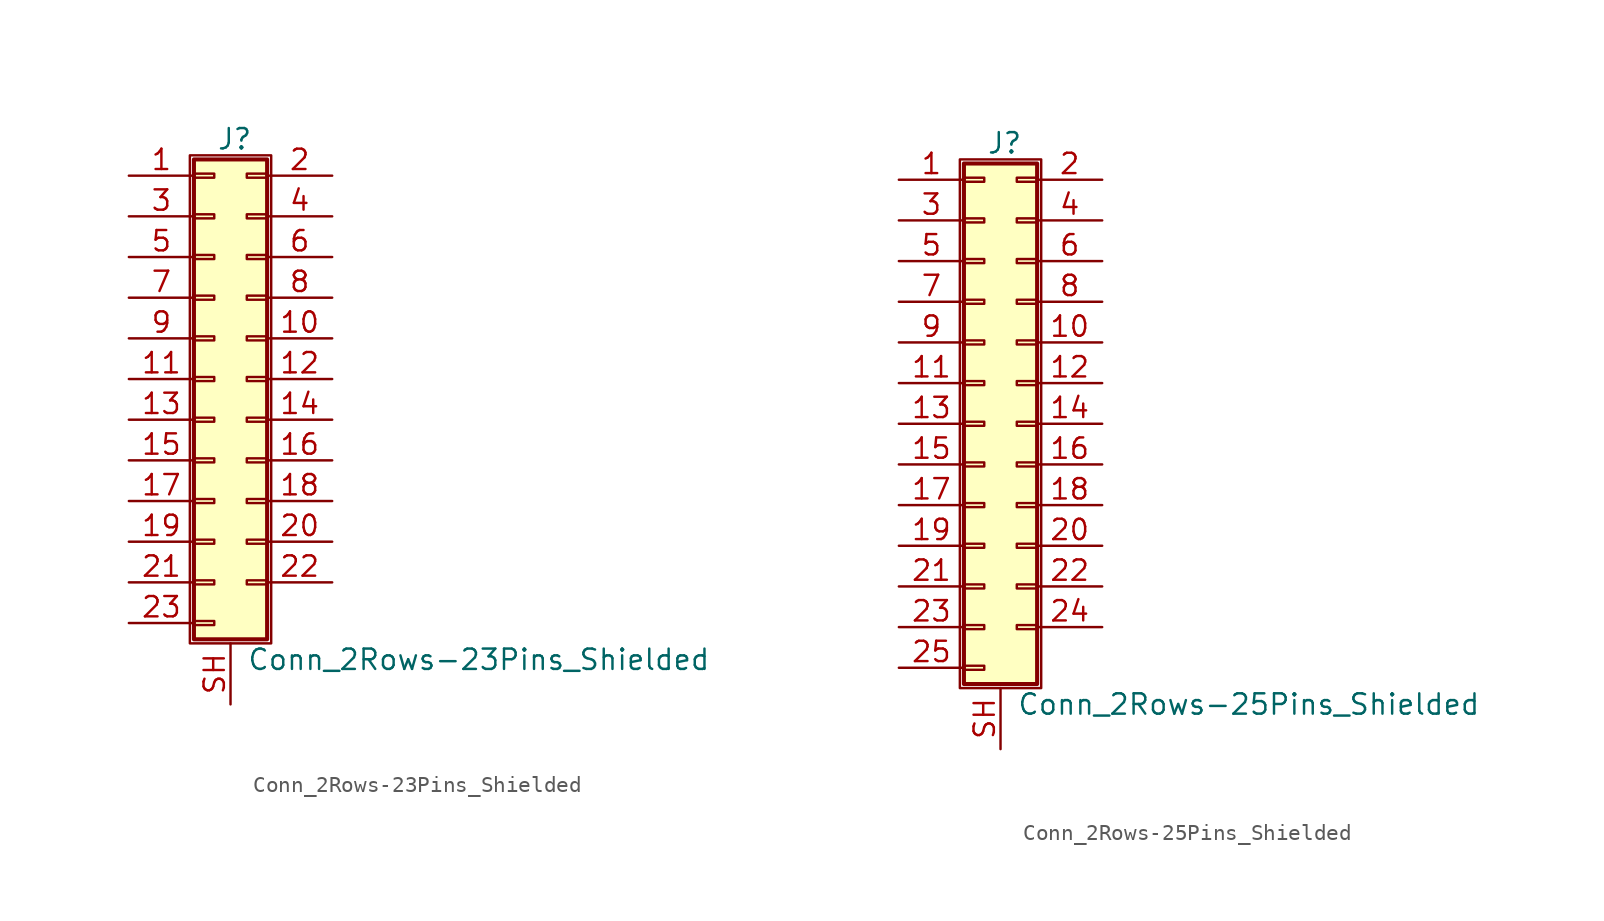
<source format=kicad_sym>
(kicad_symbol_lib
  (version 20201005)
  (generator kicad_symbol_editor)
  (symbol "Connector_Generic_Shielded:Conn_2Rows-23Pins_Shielded"
    (pin_names
      (offset 1.016) hide)
    (property "Reference" "J"
      (at 1.524 14.986 0)
      (effects (font (size 1.27 1.27))))
    (property "Value" "Conn_2Rows-23Pins_Shielded"
      (at 2.286 -17.526 0)
      (effects (font (size 1.27 1.27)) (justify left)))
    (symbol "Conn_2Rows-23Pins_Shielded_1_1"
      (rectangle (start -1.016 -4.953) (end 0.254 -5.207) (stroke (width 0.152)) (fill (type none)))
      (rectangle (start -1.016 -7.493) (end 0.254 -7.747) (stroke (width 0.152)) (fill (type none)))
      (rectangle (start -1.016 -10.033) (end 0.254 -10.287) (stroke (width 0.152)) (fill (type none)))
      (rectangle (start -1.016 -12.573) (end 0.254 -12.827) (stroke (width 0.152)) (fill (type none)))
      (rectangle (start -1.016 -15.113) (end 0.254 -15.367) (stroke (width 0.152)) (fill (type none)))
      (rectangle (start -1.016 -2.413) (end 0.254 -2.667) (stroke (width 0.152)) (fill (type none)))
      (rectangle (start -1.016 2.667) (end 0.254 2.413) (stroke (width 0.152)) (fill (type none)))
      (rectangle (start -1.016 5.207) (end 0.254 4.953) (stroke (width 0.152)) (fill (type none)))
      (rectangle (start -1.016 7.747) (end 0.254 7.493) (stroke (width 0.152)) (fill (type none)))
      (rectangle (start -1.016 10.287) (end 0.254 10.033) (stroke (width 0.152)) (fill (type none)))
      (rectangle (start -1.016 0.127) (end 0.254 -0.127) (stroke (width 0.152)) (fill (type none)))
      (rectangle (start -1.016 12.827) (end 0.254 12.573) (stroke (width 0.152)) (fill (type none)))
      (rectangle (start -1.016 13.716) (end 3.556 -16.256) (stroke (width 0.254)) (fill (type background)))
      (rectangle (start -1.27 13.97) (end 3.81 -16.51) (stroke (width 0.152)) (fill (type none)))
      (rectangle (start 3.556 -4.953) (end 2.286 -5.207) (stroke (width 0.152)) (fill (type none)))
      (rectangle (start 3.556 -7.493) (end 2.286 -7.747) (stroke (width 0.152)) (fill (type none)))
      (rectangle (start 3.556 -10.033) (end 2.286 -10.287) (stroke (width 0.152)) (fill (type none)))
      (rectangle (start 3.556 -12.573) (end 2.286 -12.827) (stroke (width 0.152)) (fill (type none)))
      (rectangle (start 3.556 -2.413) (end 2.286 -2.667) (stroke (width 0.152)) (fill (type none)))
      (rectangle (start 3.556 2.667) (end 2.286 2.413) (stroke (width 0.152)) (fill (type none)))
      (rectangle (start 3.556 5.207) (end 2.286 4.953) (stroke (width 0.152)) (fill (type none)))
      (rectangle (start 3.556 7.747) (end 2.286 7.493) (stroke (width 0.152)) (fill (type none)))
      (rectangle (start 3.556 10.287) (end 2.286 10.033) (stroke (width 0.152)) (fill (type none)))
      (rectangle (start 3.556 0.127) (end 2.286 -0.127) (stroke (width 0.152)) (fill (type none)))
      (rectangle (start 3.556 12.827) (end 2.286 12.573) (stroke (width 0.152)) (fill (type none)))
      (pin passive line (at -5.08 12.7 0) (length 4.064) (name "Pin_1" (effects (font (size 1.27 1.27)))) (number "1" (effects (font (size 1.27 1.27)))))
      (pin passive line (at 7.62 2.54 180) (length 4.064) (name "Pin_10" (effects (font (size 1.27 1.27)))) (number "10" (effects (font (size 1.27 1.27)))))
      (pin passive line (at -5.08 0 0) (length 4.064) (name "Pin_11" (effects (font (size 1.27 1.27)))) (number "11" (effects (font (size 1.27 1.27)))))
      (pin passive line (at 7.62 0 180) (length 4.064) (name "Pin_12" (effects (font (size 1.27 1.27)))) (number "12" (effects (font (size 1.27 1.27)))))
      (pin passive line (at -5.08 -2.54 0) (length 4.064) (name "Pin_13" (effects (font (size 1.27 1.27)))) (number "13" (effects (font (size 1.27 1.27)))))
      (pin passive line (at 7.62 -2.54 180) (length 4.064) (name "Pin_14" (effects (font (size 1.27 1.27)))) (number "14" (effects (font (size 1.27 1.27)))))
      (pin passive line (at -5.08 -5.08 0) (length 4.064) (name "Pin_15" (effects (font (size 1.27 1.27)))) (number "15" (effects (font (size 1.27 1.27)))))
      (pin passive line (at 7.62 -5.08 180) (length 4.064) (name "Pin_16" (effects (font (size 1.27 1.27)))) (number "16" (effects (font (size 1.27 1.27)))))
      (pin passive line (at -5.08 -7.62 0) (length 4.064) (name "Pin_17" (effects (font (size 1.27 1.27)))) (number "17" (effects (font (size 1.27 1.27)))))
      (pin passive line (at 7.62 -7.62 180) (length 4.064) (name "Pin_18" (effects (font (size 1.27 1.27)))) (number "18" (effects (font (size 1.27 1.27)))))
      (pin passive line (at -5.08 -10.16 0) (length 4.064) (name "Pin_19" (effects (font (size 1.27 1.27)))) (number "19" (effects (font (size 1.27 1.27)))))
      (pin passive line (at 7.62 12.7 180) (length 4.064) (name "Pin_2" (effects (font (size 1.27 1.27)))) (number "2" (effects (font (size 1.27 1.27)))))
      (pin passive line (at 7.62 -10.16 180) (length 4.064) (name "Pin_20" (effects (font (size 1.27 1.27)))) (number "20" (effects (font (size 1.27 1.27)))))
      (pin passive line (at -5.08 -12.7 0) (length 4.064) (name "Pin_21" (effects (font (size 1.27 1.27)))) (number "21" (effects (font (size 1.27 1.27)))))
      (pin passive line (at 7.62 -12.7 180) (length 4.064) (name "Pin_22" (effects (font (size 1.27 1.27)))) (number "22" (effects (font (size 1.27 1.27)))))
      (pin passive line (at -5.08 -15.24 0) (length 4.064) (name "Pin_23" (effects (font (size 1.27 1.27)))) (number "23" (effects (font (size 1.27 1.27)))))
      (pin passive line (at -5.08 10.16 0) (length 4.064) (name "Pin_3" (effects (font (size 1.27 1.27)))) (number "3" (effects (font (size 1.27 1.27)))))
      (pin passive line (at 7.62 10.16 180) (length 4.064) (name "Pin_4" (effects (font (size 1.27 1.27)))) (number "4" (effects (font (size 1.27 1.27)))))
      (pin passive line (at -5.08 7.62 0) (length 4.064) (name "Pin_5" (effects (font (size 1.27 1.27)))) (number "5" (effects (font (size 1.27 1.27)))))
      (pin passive line (at 7.62 7.62 180) (length 4.064) (name "Pin_6" (effects (font (size 1.27 1.27)))) (number "6" (effects (font (size 1.27 1.27)))))
      (pin passive line (at -5.08 5.08 0) (length 4.064) (name "Pin_7" (effects (font (size 1.27 1.27)))) (number "7" (effects (font (size 1.27 1.27)))))
      (pin passive line (at 7.62 5.08 180) (length 4.064) (name "Pin_8" (effects (font (size 1.27 1.27)))) (number "8" (effects (font (size 1.27 1.27)))))
      (pin passive line (at -5.08 2.54 0) (length 4.064) (name "Pin_9" (effects (font (size 1.27 1.27)))) (number "9" (effects (font (size 1.27 1.27)))))
      (pin passive line (at 1.27 -20.32 90) (length 3.81) (name "Shield" (effects (font (size 1.27 1.27)))) (number "SH" (effects (font (size 1.27 1.27)))))))
  (symbol "Connector_Generic_Shielded:Conn_2Rows-25Pins_Shielded"
    (pin_names
      (offset 1.016) hide)
    (property "Reference" "J"
      (at 1.524 17.526 0)
      (effects (font (size 1.27 1.27))))
    (property "Value" "Conn_2Rows-25Pins_Shielded"
      (at 2.286 -17.526 0)
      (effects (font (size 1.27 1.27)) (justify left)))
    (symbol "Conn_2Rows-25Pins_Shielded_1_1"
      (rectangle (start -1.016 -4.953) (end 0.254 -5.207) (stroke (width 0.152)) (fill (type none)))
      (rectangle (start -1.016 -7.493) (end 0.254 -7.747) (stroke (width 0.152)) (fill (type none)))
      (rectangle (start -1.016 -10.033) (end 0.254 -10.287) (stroke (width 0.152)) (fill (type none)))
      (rectangle (start -1.016 -12.573) (end 0.254 -12.827) (stroke (width 0.152)) (fill (type none)))
      (rectangle (start -1.016 -15.113) (end 0.254 -15.367) (stroke (width 0.152)) (fill (type none)))
      (rectangle (start -1.016 -2.413) (end 0.254 -2.667) (stroke (width 0.152)) (fill (type none)))
      (rectangle (start -1.016 2.667) (end 0.254 2.413) (stroke (width 0.152)) (fill (type none)))
      (rectangle (start -1.016 5.207) (end 0.254 4.953) (stroke (width 0.152)) (fill (type none)))
      (rectangle (start -1.016 7.747) (end 0.254 7.493) (stroke (width 0.152)) (fill (type none)))
      (rectangle (start -1.016 10.287) (end 0.254 10.033) (stroke (width 0.152)) (fill (type none)))
      (rectangle (start -1.016 0.127) (end 0.254 -0.127) (stroke (width 0.152)) (fill (type none)))
      (rectangle (start -1.016 12.827) (end 0.254 12.573) (stroke (width 0.152)) (fill (type none)))
      (rectangle (start -1.016 15.367) (end 0.254 15.113) (stroke (width 0.152)) (fill (type none)))
      (rectangle (start -1.016 16.256) (end 3.556 -16.256) (stroke (width 0.254)) (fill (type background)))
      (rectangle (start -1.27 16.51) (end 3.81 -16.51) (stroke (width 0.152)) (fill (type none)))
      (rectangle (start 3.556 -4.953) (end 2.286 -5.207) (stroke (width 0.152)) (fill (type none)))
      (rectangle (start 3.556 -7.493) (end 2.286 -7.747) (stroke (width 0.152)) (fill (type none)))
      (rectangle (start 3.556 -10.033) (end 2.286 -10.287) (stroke (width 0.152)) (fill (type none)))
      (rectangle (start 3.556 -12.573) (end 2.286 -12.827) (stroke (width 0.152)) (fill (type none)))
      (rectangle (start 3.556 -2.413) (end 2.286 -2.667) (stroke (width 0.152)) (fill (type none)))
      (rectangle (start 3.556 2.667) (end 2.286 2.413) (stroke (width 0.152)) (fill (type none)))
      (rectangle (start 3.556 5.207) (end 2.286 4.953) (stroke (width 0.152)) (fill (type none)))
      (rectangle (start 3.556 7.747) (end 2.286 7.493) (stroke (width 0.152)) (fill (type none)))
      (rectangle (start 3.556 10.287) (end 2.286 10.033) (stroke (width 0.152)) (fill (type none)))
      (rectangle (start 3.556 0.127) (end 2.286 -0.127) (stroke (width 0.152)) (fill (type none)))
      (rectangle (start 3.556 12.827) (end 2.286 12.573) (stroke (width 0.152)) (fill (type none)))
      (rectangle (start 3.556 15.367) (end 2.286 15.113) (stroke (width 0.152)) (fill (type none)))
      (pin passive line (at -5.08 15.24 0) (length 4.064) (name "Pin_1" (effects (font (size 1.27 1.27)))) (number "1" (effects (font (size 1.27 1.27)))))
      (pin passive line (at 7.62 5.08 180) (length 4.064) (name "Pin_10" (effects (font (size 1.27 1.27)))) (number "10" (effects (font (size 1.27 1.27)))))
      (pin passive line (at -5.08 2.54 0) (length 4.064) (name "Pin_11" (effects (font (size 1.27 1.27)))) (number "11" (effects (font (size 1.27 1.27)))))
      (pin passive line (at 7.62 2.54 180) (length 4.064) (name "Pin_12" (effects (font (size 1.27 1.27)))) (number "12" (effects (font (size 1.27 1.27)))))
      (pin passive line (at -5.08 0 0) (length 4.064) (name "Pin_13" (effects (font (size 1.27 1.27)))) (number "13" (effects (font (size 1.27 1.27)))))
      (pin passive line (at 7.62 0 180) (length 4.064) (name "Pin_14" (effects (font (size 1.27 1.27)))) (number "14" (effects (font (size 1.27 1.27)))))
      (pin passive line (at -5.08 -2.54 0) (length 4.064) (name "Pin_15" (effects (font (size 1.27 1.27)))) (number "15" (effects (font (size 1.27 1.27)))))
      (pin passive line (at 7.62 -2.54 180) (length 4.064) (name "Pin_16" (effects (font (size 1.27 1.27)))) (number "16" (effects (font (size 1.27 1.27)))))
      (pin passive line (at -5.08 -5.08 0) (length 4.064) (name "Pin_17" (effects (font (size 1.27 1.27)))) (number "17" (effects (font (size 1.27 1.27)))))
      (pin passive line (at 7.62 -5.08 180) (length 4.064) (name "Pin_18" (effects (font (size 1.27 1.27)))) (number "18" (effects (font (size 1.27 1.27)))))
      (pin passive line (at -5.08 -7.62 0) (length 4.064) (name "Pin_19" (effects (font (size 1.27 1.27)))) (number "19" (effects (font (size 1.27 1.27)))))
      (pin passive line (at 7.62 15.24 180) (length 4.064) (name "Pin_2" (effects (font (size 1.27 1.27)))) (number "2" (effects (font (size 1.27 1.27)))))
      (pin passive line (at 7.62 -7.62 180) (length 4.064) (name "Pin_20" (effects (font (size 1.27 1.27)))) (number "20" (effects (font (size 1.27 1.27)))))
      (pin passive line (at -5.08 -10.16 0) (length 4.064) (name "Pin_21" (effects (font (size 1.27 1.27)))) (number "21" (effects (font (size 1.27 1.27)))))
      (pin passive line (at 7.62 -10.16 180) (length 4.064) (name "Pin_22" (effects (font (size 1.27 1.27)))) (number "22" (effects (font (size 1.27 1.27)))))
      (pin passive line (at -5.08 -12.7 0) (length 4.064) (name "Pin_23" (effects (font (size 1.27 1.27)))) (number "23" (effects (font (size 1.27 1.27)))))
      (pin passive line (at 7.62 -12.7 180) (length 4.064) (name "Pin_24" (effects (font (size 1.27 1.27)))) (number "24" (effects (font (size 1.27 1.27)))))
      (pin passive line (at -5.08 -15.24 0) (length 4.064) (name "Pin_25" (effects (font (size 1.27 1.27)))) (number "25" (effects (font (size 1.27 1.27)))))
      (pin passive line (at -5.08 12.7 0) (length 4.064) (name "Pin_3" (effects (font (size 1.27 1.27)))) (number "3" (effects (font (size 1.27 1.27)))))
      (pin passive line (at 7.62 12.7 180) (length 4.064) (name "Pin_4" (effects (font (size 1.27 1.27)))) (number "4" (effects (font (size 1.27 1.27)))))
      (pin passive line (at -5.08 10.16 0) (length 4.064) (name "Pin_5" (effects (font (size 1.27 1.27)))) (number "5" (effects (font (size 1.27 1.27)))))
      (pin passive line (at 7.62 10.16 180) (length 4.064) (name "Pin_6" (effects (font (size 1.27 1.27)))) (number "6" (effects (font (size 1.27 1.27)))))
      (pin passive line (at -5.08 7.62 0) (length 4.064) (name "Pin_7" (effects (font (size 1.27 1.27)))) (number "7" (effects (font (size 1.27 1.27)))))
      (pin passive line (at 7.62 7.62 180) (length 4.064) (name "Pin_8" (effects (font (size 1.27 1.27)))) (number "8" (effects (font (size 1.27 1.27)))))
      (pin passive line (at -5.08 5.08 0) (length 4.064) (name "Pin_9" (effects (font (size 1.27 1.27)))) (number "9" (effects (font (size 1.27 1.27)))))
      (pin passive line (at 1.27 -20.32 90) (length 3.81) (name "Shield" (effects (font (size 1.27 1.27)))) (number "SH" (effects (font (size 1.27 1.27))))))))
</source>
